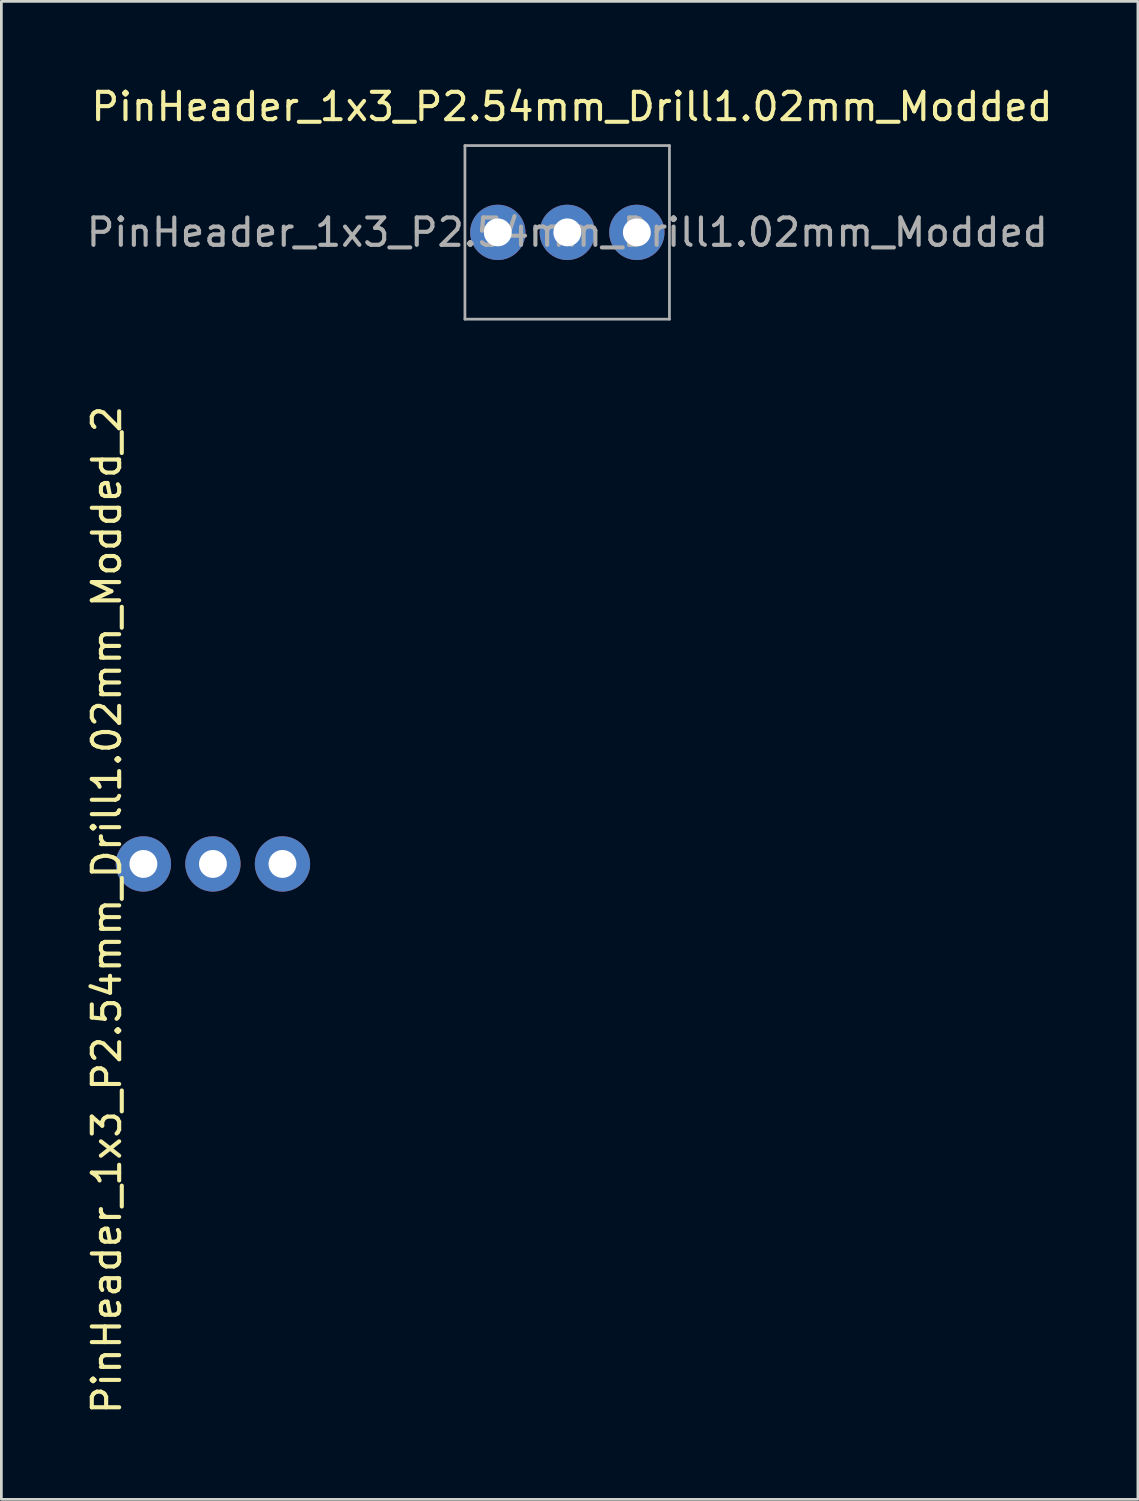
<source format=kicad_pcb>
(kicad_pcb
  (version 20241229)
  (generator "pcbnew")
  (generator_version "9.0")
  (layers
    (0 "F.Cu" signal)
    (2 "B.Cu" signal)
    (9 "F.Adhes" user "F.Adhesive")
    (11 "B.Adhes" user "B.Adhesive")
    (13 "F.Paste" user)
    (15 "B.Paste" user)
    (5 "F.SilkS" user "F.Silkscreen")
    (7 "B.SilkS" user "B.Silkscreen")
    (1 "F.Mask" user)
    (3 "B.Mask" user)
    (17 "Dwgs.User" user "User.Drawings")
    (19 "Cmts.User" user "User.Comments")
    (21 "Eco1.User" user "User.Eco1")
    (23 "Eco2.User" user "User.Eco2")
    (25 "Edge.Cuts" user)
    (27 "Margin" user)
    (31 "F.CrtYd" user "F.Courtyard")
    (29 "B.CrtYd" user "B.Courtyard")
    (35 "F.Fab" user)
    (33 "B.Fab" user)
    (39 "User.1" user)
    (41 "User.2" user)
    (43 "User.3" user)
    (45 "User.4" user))
  (footprint "PinHeader_1x3_P2.54mm_Drill1.02mm_Modded_2"
    (layer "F.Cu")
    (at 2.188 28.508)
    (property "Reference" "PinHeader_1x3_P2.54mm_Drill1.02mm_Modded_2" (at -1.34 1.68 90) (layer "F.SilkS") (effects (font (size 1 1) (thickness 0.15))))
    (attr through_hole exclude_from_pos_files exclude_from_bom)
    (pad "1" thru_hole circle (at 0 0) (size 2.02 2.02) (drill 1.02) (layers "*.Cu" "*.Mask"))
    (pad "2" thru_hole circle (at 2.54 0) (size 2.02 2.02) (drill 1.02) (layers "*.Cu" "*.Mask"))
    (pad "3" thru_hole circle (at 5.08 0) (size 2.02 2.02) (drill 1.02) (layers "*.Cu" "*.Mask")))
  (footprint "PinHeader_1x3_P2.54mm_Drill1.02mm_Modded"
    (layer "F.Cu")
    (at 15.133 5.438)
    (property "Reference" "PinHeader_1x3_P2.54mm_Drill1.02mm_Modded" (at 2.71 -4.59 0) (layer "F.SilkS") (effects (font (size 1 1) (thickness 0.15))))
    (attr through_hole)
    (fp_line (start -1.2 -3.17) (end -1.2 3.17) (stroke (width 0.1) (type solid)) (layer "F.Fab"))
    (fp_line (start -1.2 -3.17) (end 6.27 -3.17) (stroke (width 0.1) (type solid)) (layer "F.Fab"))
    (fp_line (start -1.2 3.17) (end 6.27 3.17) (stroke (width 0.1) (type solid)) (layer "F.Fab"))
    (fp_line (start 6.27 -3.17) (end 6.27 3.17) (stroke (width 0.1) (type solid)) (layer "F.Fab"))
    (fp_text user "${REFERENCE}" (at 2.54 0 0) (layer "F.Fab") (effects (font (size 1 1) (thickness 0.15))))
    (pad "1" thru_hole circle (at 0 0) (size 2.02 2.02) (drill 1.02) (layers "*.Cu" "*.Mask"))
    (pad "2" thru_hole circle (at 2.54 0) (size 2.02 2.02) (drill 1.02) (layers "*.Cu" "*.Mask"))
    (pad "3" thru_hole circle (at 5.08 0) (size 2.02 2.02) (drill 1.02) (layers "*.Cu" "*.Mask")))
  (gr_rect
    (start -3 -3)
    (end 38.515 51.718)
    (stroke (width 0.1) (type default))
    (fill no)
    (layer "Edge.Cuts")))
</source>
